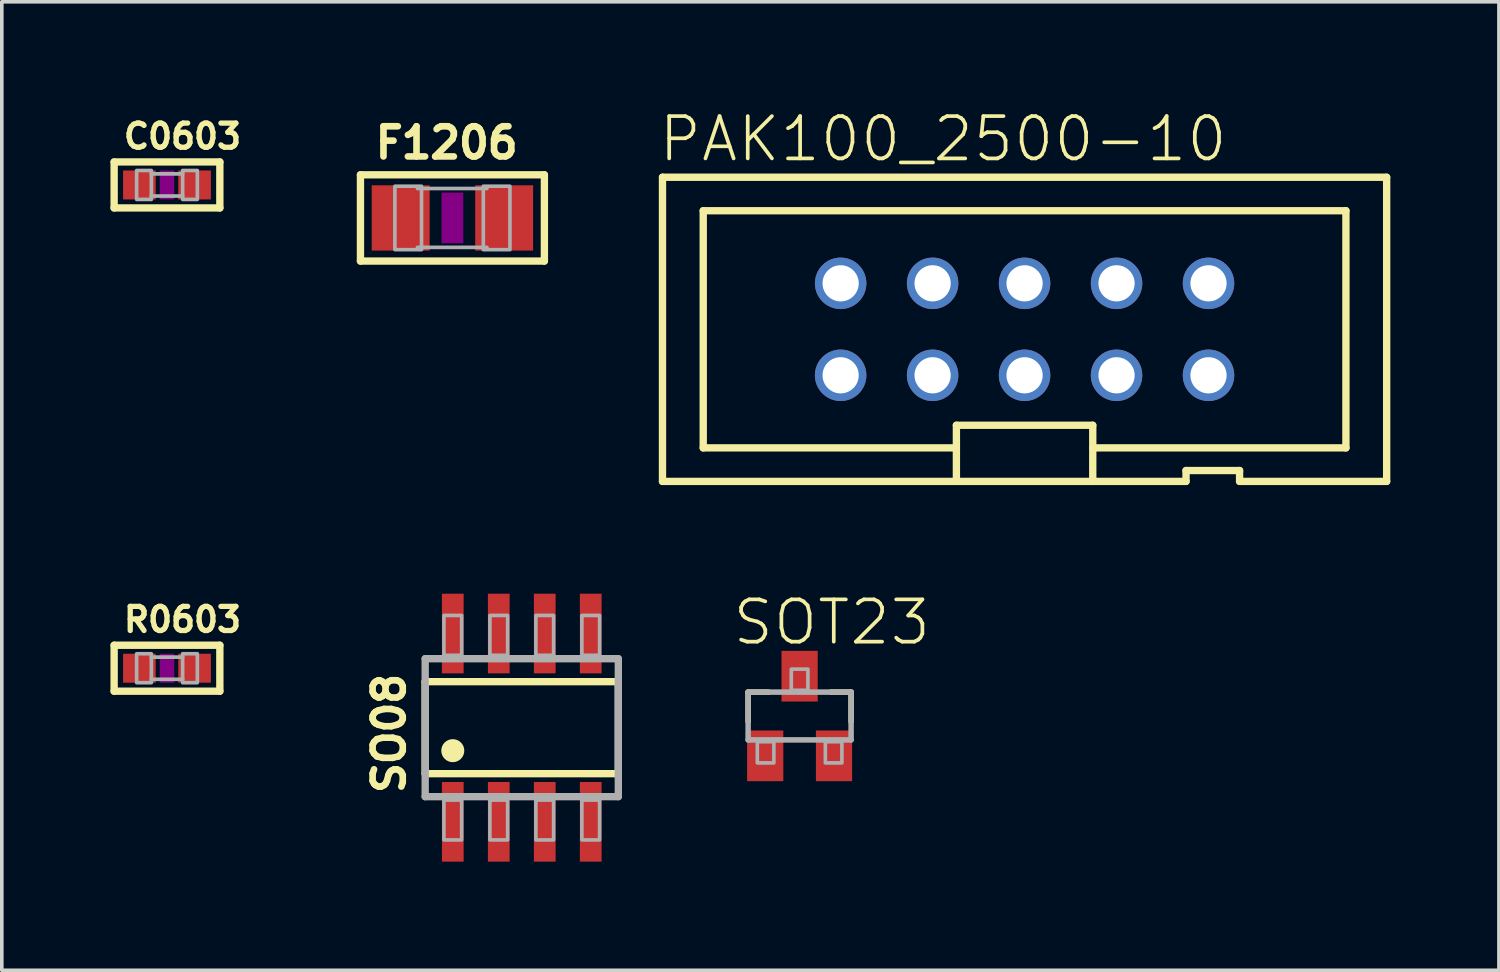
<source format=kicad_pcb>
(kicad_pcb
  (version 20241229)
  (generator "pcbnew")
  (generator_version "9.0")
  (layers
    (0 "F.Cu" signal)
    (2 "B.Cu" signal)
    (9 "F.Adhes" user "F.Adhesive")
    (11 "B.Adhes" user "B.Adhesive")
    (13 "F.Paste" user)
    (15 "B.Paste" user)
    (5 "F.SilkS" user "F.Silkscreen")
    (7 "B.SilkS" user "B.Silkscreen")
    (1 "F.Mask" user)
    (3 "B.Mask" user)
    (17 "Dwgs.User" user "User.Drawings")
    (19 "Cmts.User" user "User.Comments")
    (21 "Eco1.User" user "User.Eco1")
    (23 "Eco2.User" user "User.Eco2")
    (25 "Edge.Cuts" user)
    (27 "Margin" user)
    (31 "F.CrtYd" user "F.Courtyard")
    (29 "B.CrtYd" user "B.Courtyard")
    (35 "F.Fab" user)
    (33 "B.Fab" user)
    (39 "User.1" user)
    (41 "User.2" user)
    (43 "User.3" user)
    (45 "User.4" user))
  (footprint "SOT23"
    (layer "F.Cu")
    (at 19.034 16.725)
    (property "Reference" "SOT23" (at -1.905 -1.905 0) (layer "F.SilkS") (effects (font (size 1.168 1.168) (thickness 0.102)) (justify left bottom)))
    (fp_line (start -1.422 -0.66) (end -0.864 -0.66) (stroke (width 0.152) (type solid)) (layer "F.SilkS"))
    (fp_line (start -1.422 0.152) (end -1.422 -0.66) (stroke (width 0.152) (type solid)) (layer "F.SilkS"))
    (fp_line (start 0.864 -0.66) (end 1.422 -0.66) (stroke (width 0.152) (type solid)) (layer "F.SilkS"))
    (fp_line (start 1.422 -0.66) (end 1.422 0.152) (stroke (width 0.152) (type solid)) (layer "F.SilkS"))
    (fp_line (start -1.422 -0.66) (end 1.422 -0.66) (stroke (width 0.152) (type solid)) (layer "F.Fab"))
    (fp_line (start -1.422 0.66) (end -1.422 -0.66) (stroke (width 0.152) (type solid)) (layer "F.Fab"))
    (fp_line (start 1.422 -0.66) (end 1.422 0.66) (stroke (width 0.152) (type solid)) (layer "F.Fab"))
    (fp_line (start 1.422 0.66) (end -1.422 0.66) (stroke (width 0.152) (type solid)) (layer "F.Fab"))
    (fp_poly (pts (xy -1.168 1.295) (xy -0.711 1.295) (xy -0.711 0.711) (xy -1.168 0.711)) (stroke (width 0.1) (type solid)) (fill no) (layer "F.Fab"))
    (fp_poly (pts (xy -0.229 -0.711) (xy 0.229 -0.711) (xy 0.229 -1.295) (xy -0.229 -1.295)) (stroke (width 0.1) (type solid)) (fill no) (layer "F.Fab"))
    (fp_poly (pts (xy 0.711 1.295) (xy 1.168 1.295) (xy 1.168 0.711) (xy 0.711 0.711)) (stroke (width 0.1) (type solid)) (fill no) (layer "F.Fab"))
    (pad "1" smd rect (at -0.95 1.1) (size 1 1.4) (layers "F.Cu" "F.Mask" "F.Paste"))
    (pad "2" smd rect (at 0.95 1.1) (size 1 1.4) (layers "F.Cu" "F.Mask" "F.Paste"))
    (pad "3" smd rect (at 0 -1.1) (size 1 1.4) (layers "F.Cu" "F.Mask" "F.Paste")))
  (footprint "R0603"
    (layer "F.Cu")
    (at 1.562 15.405)
    (property "Reference" "R0603" (at -1.27 -0.953 0) (layer "F.SilkS") (effects (font (size 0.666 0.666) (thickness 0.146)) (justify left bottom)))
    (fp_line (start -1.46 -0.635) (end 1.46 -0.635) (stroke (width 0.203) (type solid)) (layer "F.SilkS"))
    (fp_line (start -1.46 0.635) (end -1.46 -0.635) (stroke (width 0.203) (type solid)) (layer "F.SilkS"))
    (fp_line (start 1.46 -0.635) (end 1.46 0.635) (stroke (width 0.203) (type solid)) (layer "F.SilkS"))
    (fp_line (start 1.46 0.635) (end -1.46 0.635) (stroke (width 0.203) (type solid)) (layer "F.SilkS"))
    (fp_poly (pts (xy -0.2 0.4) (xy 0.2 0.4) (xy 0.2 -0.4) (xy -0.2 -0.4)) (stroke (width 0) (type solid)) (fill yes) (layer "F.Adhes"))
    (fp_line (start -0.432 0.306) (end 0.432 0.306) (stroke (width 0.102) (type solid)) (layer "F.Fab"))
    (fp_line (start 0.432 -0.306) (end -0.432 -0.306) (stroke (width 0.102) (type solid)) (layer "F.Fab"))
    (fp_poly (pts (xy -0.838 0.4) (xy -0.432 0.4) (xy -0.432 -0.4) (xy -0.838 -0.4)) (stroke (width 0.1) (type solid)) (fill no) (layer "F.Fab"))
    (fp_poly (pts (xy 0.432 0.4) (xy 0.838 0.4) (xy 0.838 -0.4) (xy 0.432 -0.4)) (stroke (width 0.1) (type solid)) (fill no) (layer "F.Fab"))
    (pad "1" smd rect (at -0.762 0) (size 0.9 0.8) (layers "F.Cu" "F.Mask" "F.Paste"))
    (pad "2" smd rect (at 0.762 0) (size 0.9 0.8) (layers "F.Cu" "F.Mask" "F.Paste")))
  (footprint "C0603"
    (layer "F.Cu")
    (at 1.562 2.058)
    (property "Reference" "C0603" (at -1.27 -0.953 0) (layer "F.SilkS") (effects (font (size 0.666 0.666) (thickness 0.146)) (justify left bottom)))
    (fp_line (start -1.46 -0.635) (end 1.46 -0.635) (stroke (width 0.203) (type solid)) (layer "F.SilkS"))
    (fp_line (start -1.46 0.635) (end -1.46 -0.635) (stroke (width 0.203) (type solid)) (layer "F.SilkS"))
    (fp_line (start 1.46 -0.635) (end 1.46 0.635) (stroke (width 0.203) (type solid)) (layer "F.SilkS"))
    (fp_line (start 1.46 0.635) (end -1.46 0.635) (stroke (width 0.203) (type solid)) (layer "F.SilkS"))
    (fp_poly (pts (xy -0.2 0.4) (xy 0.2 0.4) (xy 0.2 -0.4) (xy -0.2 -0.4)) (stroke (width 0) (type solid)) (fill yes) (layer "F.Adhes"))
    (fp_line (start -0.432 0.306) (end 0.432 0.306) (stroke (width 0.102) (type solid)) (layer "F.Fab"))
    (fp_line (start 0.432 -0.306) (end -0.432 -0.306) (stroke (width 0.102) (type solid)) (layer "F.Fab"))
    (fp_poly (pts (xy -0.838 0.4) (xy -0.432 0.4) (xy -0.432 -0.4) (xy -0.838 -0.4)) (stroke (width 0.1) (type solid)) (fill no) (layer "F.Fab"))
    (fp_poly (pts (xy 0.432 0.4) (xy 0.838 0.4) (xy 0.838 -0.4) (xy 0.432 -0.4)) (stroke (width 0.1) (type solid)) (fill no) (layer "F.Fab"))
    (pad "1" smd rect (at -0.762 0) (size 0.9 0.8) (layers "F.Cu" "F.Mask" "F.Paste"))
    (pad "2" smd rect (at 0.762 0) (size 0.9 0.8) (layers "F.Cu" "F.Mask" "F.Paste")))
  (footprint "F1206"
    (layer "F.Cu")
    (at 9.445 2.969)
    (property "Reference" "F1206" (at -2.223 -1.587 0) (layer "F.SilkS") (effects (font (size 0.833 0.833) (thickness 0.183)) (justify left bottom)))
    (fp_line (start -2.54 -1.191) (end 2.54 -1.191) (stroke (width 0.203) (type solid)) (layer "F.SilkS"))
    (fp_line (start -2.54 1.191) (end -2.54 -1.191) (stroke (width 0.203) (type solid)) (layer "F.SilkS"))
    (fp_line (start 2.54 -1.191) (end 2.54 1.191) (stroke (width 0.203) (type solid)) (layer "F.SilkS"))
    (fp_line (start 2.54 1.191) (end -2.54 1.191) (stroke (width 0.203) (type solid)) (layer "F.SilkS"))
    (fp_poly (pts (xy -0.3 0.7) (xy 0.3 0.7) (xy 0.3 -0.7) (xy -0.3 -0.7)) (stroke (width 0) (type solid)) (fill yes) (layer "F.Adhes"))
    (fp_line (start 0.953 -0.813) (end -0.965 -0.813) (stroke (width 0.102) (type solid)) (layer "F.Fab"))
    (fp_line (start 0.953 0.813) (end -0.965 0.813) (stroke (width 0.102) (type solid)) (layer "F.Fab"))
    (fp_poly (pts (xy -1.589 0.876) (xy -0.853 0.876) (xy -0.853 -0.876) (xy -1.589 -0.876)) (stroke (width 0.1) (type solid)) (fill no) (layer "F.Fab"))
    (fp_poly (pts (xy 0.853 0.876) (xy 1.589 0.876) (xy 1.589 -0.876) (xy 0.853 -0.876)) (stroke (width 0.1) (type solid)) (fill no) (layer "F.Fab"))
    (pad "1" smd rect (at -1.429 0) (size 1.6 1.803) (layers "F.Cu" "F.Mask" "F.Paste"))
    (pad "2" smd rect (at 1.429 0) (size 1.6 1.803) (layers "F.Cu" "F.Mask" "F.Paste")))
  (footprint "SO08"
    (layer "F.Cu")
    (at 11.36 17.047)
    (property "Reference" "SO08" (at -3.175 1.905 90) (layer "F.SilkS") (effects (font (size 0.833 0.833) (thickness 0.183)) (justify left bottom)))
    (fp_line (start -2.667 -1.27) (end 2.667 -1.27) (stroke (width 0.203) (type solid)) (layer "F.SilkS"))
    (fp_line (start -2.667 1.27) (end -2.667 -1.27) (stroke (width 0.203) (type solid)) (layer "F.SilkS"))
    (fp_line (start 2.667 -1.27) (end 2.667 1.27) (stroke (width 0.203) (type solid)) (layer "F.SilkS"))
    (fp_line (start 2.667 1.27) (end -2.667 1.27) (stroke (width 0.203) (type solid)) (layer "F.SilkS"))
    (fp_circle (center -1.905 0.635) (end -1.746 0.635) (stroke (width 0.318) (type solid)) (fill yes) (layer "F.SilkS"))
    (fp_line (start -2.667 -1.905) (end 2.667 -1.905) (stroke (width 0.203) (type solid)) (layer "F.Fab"))
    (fp_line (start -2.667 1.905) (end -2.667 -1.905) (stroke (width 0.203) (type solid)) (layer "F.Fab"))
    (fp_line (start 2.667 -1.905) (end 2.667 1.905) (stroke (width 0.203) (type solid)) (layer "F.Fab"))
    (fp_line (start 2.667 1.905) (end -2.667 1.905) (stroke (width 0.203) (type solid)) (layer "F.Fab"))
    (fp_poly (pts (xy -2.15 -2) (xy -1.66 -2) (xy -1.66 -3.1) (xy -2.15 -3.1)) (stroke (width 0.1) (type solid)) (fill no) (layer "F.Fab"))
    (fp_poly (pts (xy -2.15 3.1) (xy -1.66 3.1) (xy -1.66 2) (xy -2.15 2)) (stroke (width 0.1) (type solid)) (fill no) (layer "F.Fab"))
    (fp_poly (pts (xy -0.88 -2) (xy -0.39 -2) (xy -0.39 -3.1) (xy -0.88 -3.1)) (stroke (width 0.1) (type solid)) (fill no) (layer "F.Fab"))
    (fp_poly (pts (xy -0.88 3.1) (xy -0.39 3.1) (xy -0.39 2) (xy -0.88 2)) (stroke (width 0.1) (type solid)) (fill no) (layer "F.Fab"))
    (fp_poly (pts (xy 0.39 -2) (xy 0.88 -2) (xy 0.88 -3.1) (xy 0.39 -3.1)) (stroke (width 0.1) (type solid)) (fill no) (layer "F.Fab"))
    (fp_poly (pts (xy 0.39 3.1) (xy 0.88 3.1) (xy 0.88 2) (xy 0.39 2)) (stroke (width 0.1) (type solid)) (fill no) (layer "F.Fab"))
    (fp_poly (pts (xy 1.66 -2) (xy 2.15 -2) (xy 2.15 -3.1) (xy 1.66 -3.1)) (stroke (width 0.1) (type solid)) (fill no) (layer "F.Fab"))
    (fp_poly (pts (xy 1.66 3.1) (xy 2.15 3.1) (xy 2.15 2) (xy 1.66 2)) (stroke (width 0.1) (type solid)) (fill no) (layer "F.Fab"))
    (pad "1" smd rect (at -1.905 2.6) (size 0.6 2.2) (layers "F.Cu" "F.Mask" "F.Paste"))
    (pad "2" smd rect (at -0.635 2.6) (size 0.6 2.2) (layers "F.Cu" "F.Mask" "F.Paste"))
    (pad "3" smd rect (at 0.635 2.6) (size 0.6 2.2) (layers "F.Cu" "F.Mask" "F.Paste"))
    (pad "4" smd rect (at 1.905 2.6) (size 0.6 2.2) (layers "F.Cu" "F.Mask" "F.Paste"))
    (pad "5" smd rect (at 1.905 -2.6) (size 0.6 2.2) (layers "F.Cu" "F.Mask" "F.Paste"))
    (pad "6" smd rect (at 0.635 -2.6) (size 0.6 2.2) (layers "F.Cu" "F.Mask" "F.Paste"))
    (pad "7" smd rect (at -0.635 -2.6) (size 0.6 2.2) (layers "F.Cu" "F.Mask" "F.Paste"))
    (pad "8" smd rect (at -1.905 -2.6) (size 0.6 2.2) (layers "F.Cu" "F.Mask" "F.Paste")))
  (footprint "PAK100_2500-10"
    (layer "F.Cu")
    (at 25.247 6.045)
    (property "Reference" "PAK100_2500-10" (at -10.16 -4.572 0) (layer "F.SilkS") (effects (font (size 1.168 1.168) (thickness 0.102)) (justify left bottom)))
    (fp_line (start -10 -4.2) (end 10 -4.2) (stroke (width 0.203) (type solid)) (layer "F.SilkS"))
    (fp_line (start -10 4.2) (end -10 -4.2) (stroke (width 0.203) (type solid)) (layer "F.SilkS"))
    (fp_line (start -8.875 -3.275) (end 8.875 -3.275) (stroke (width 0.203) (type solid)) (layer "F.SilkS"))
    (fp_line (start -8.875 3.275) (end -8.875 -3.275) (stroke (width 0.203) (type solid)) (layer "F.SilkS"))
    (fp_line (start -1.883 2.65) (end -1.883 4.2) (stroke (width 0.203) (type solid)) (layer "F.SilkS"))
    (fp_line (start -1.883 3.275) (end -8.875 3.275) (stroke (width 0.203) (type solid)) (layer "F.SilkS"))
    (fp_line (start -1.883 4.2) (end -10 4.2) (stroke (width 0.203) (type solid)) (layer "F.SilkS"))
    (fp_line (start 1.883 2.65) (end -1.883 2.65) (stroke (width 0.203) (type solid)) (layer "F.SilkS"))
    (fp_line (start 1.883 4.2) (end -1.883 4.2) (stroke (width 0.203) (type solid)) (layer "F.SilkS"))
    (fp_line (start 1.883 4.2) (end 1.883 2.65) (stroke (width 0.203) (type solid)) (layer "F.SilkS"))
    (fp_line (start 4.459 3.9) (end 4.459 4.2) (stroke (width 0.203) (type solid)) (layer "F.SilkS"))
    (fp_line (start 4.459 4.2) (end 1.883 4.2) (stroke (width 0.203) (type solid)) (layer "F.SilkS"))
    (fp_line (start 5.938 3.9) (end 4.459 3.9) (stroke (width 0.203) (type solid)) (layer "F.SilkS"))
    (fp_line (start 5.938 4.2) (end 5.938 3.9) (stroke (width 0.203) (type solid)) (layer "F.SilkS"))
    (fp_line (start 8.875 -3.275) (end 8.875 3.275) (stroke (width 0.203) (type solid)) (layer "F.SilkS"))
    (fp_line (start 8.875 3.275) (end 1.883 3.275) (stroke (width 0.203) (type solid)) (layer "F.SilkS"))
    (fp_line (start 10 -4.2) (end 10 4.2) (stroke (width 0.203) (type solid)) (layer "F.SilkS"))
    (fp_line (start 10 4.2) (end 5.938 4.2) (stroke (width 0.203) (type solid)) (layer "F.SilkS"))
    (pad "1" thru_hole circle (at -5.08 1.27) (size 1.422 1.422) (drill 1) (layers "*.Cu" "*.Mask"))
    (pad "2" thru_hole circle (at -5.08 -1.27) (size 1.422 1.422) (drill 1) (layers "*.Cu" "*.Mask"))
    (pad "3" thru_hole circle (at -2.54 1.27) (size 1.422 1.422) (drill 1) (layers "*.Cu" "*.Mask"))
    (pad "4" thru_hole circle (at -2.54 -1.27) (size 1.422 1.422) (drill 1) (layers "*.Cu" "*.Mask"))
    (pad "5" thru_hole circle (at 0 1.27) (size 1.422 1.422) (drill 1) (layers "*.Cu" "*.Mask"))
    (pad "6" thru_hole circle (at 0 -1.27) (size 1.422 1.422) (drill 1) (layers "*.Cu" "*.Mask"))
    (pad "7" thru_hole circle (at 2.54 1.27) (size 1.422 1.422) (drill 1) (layers "*.Cu" "*.Mask"))
    (pad "8" thru_hole circle (at 2.54 -1.27) (size 1.422 1.422) (drill 1) (layers "*.Cu" "*.Mask"))
    (pad "9" thru_hole circle (at 5.08 1.27) (size 1.422 1.422) (drill 1) (layers "*.Cu" "*.Mask"))
    (pad "10" thru_hole circle (at 5.08 -1.27) (size 1.422 1.422) (drill 1) (layers "*.Cu" "*.Mask")))
  (gr_rect
    (start -3 -3)
    (end 38.348 23.747)
    (stroke (width 0.1) (type default))
    (fill no)
    (layer "Edge.Cuts")))
</source>
